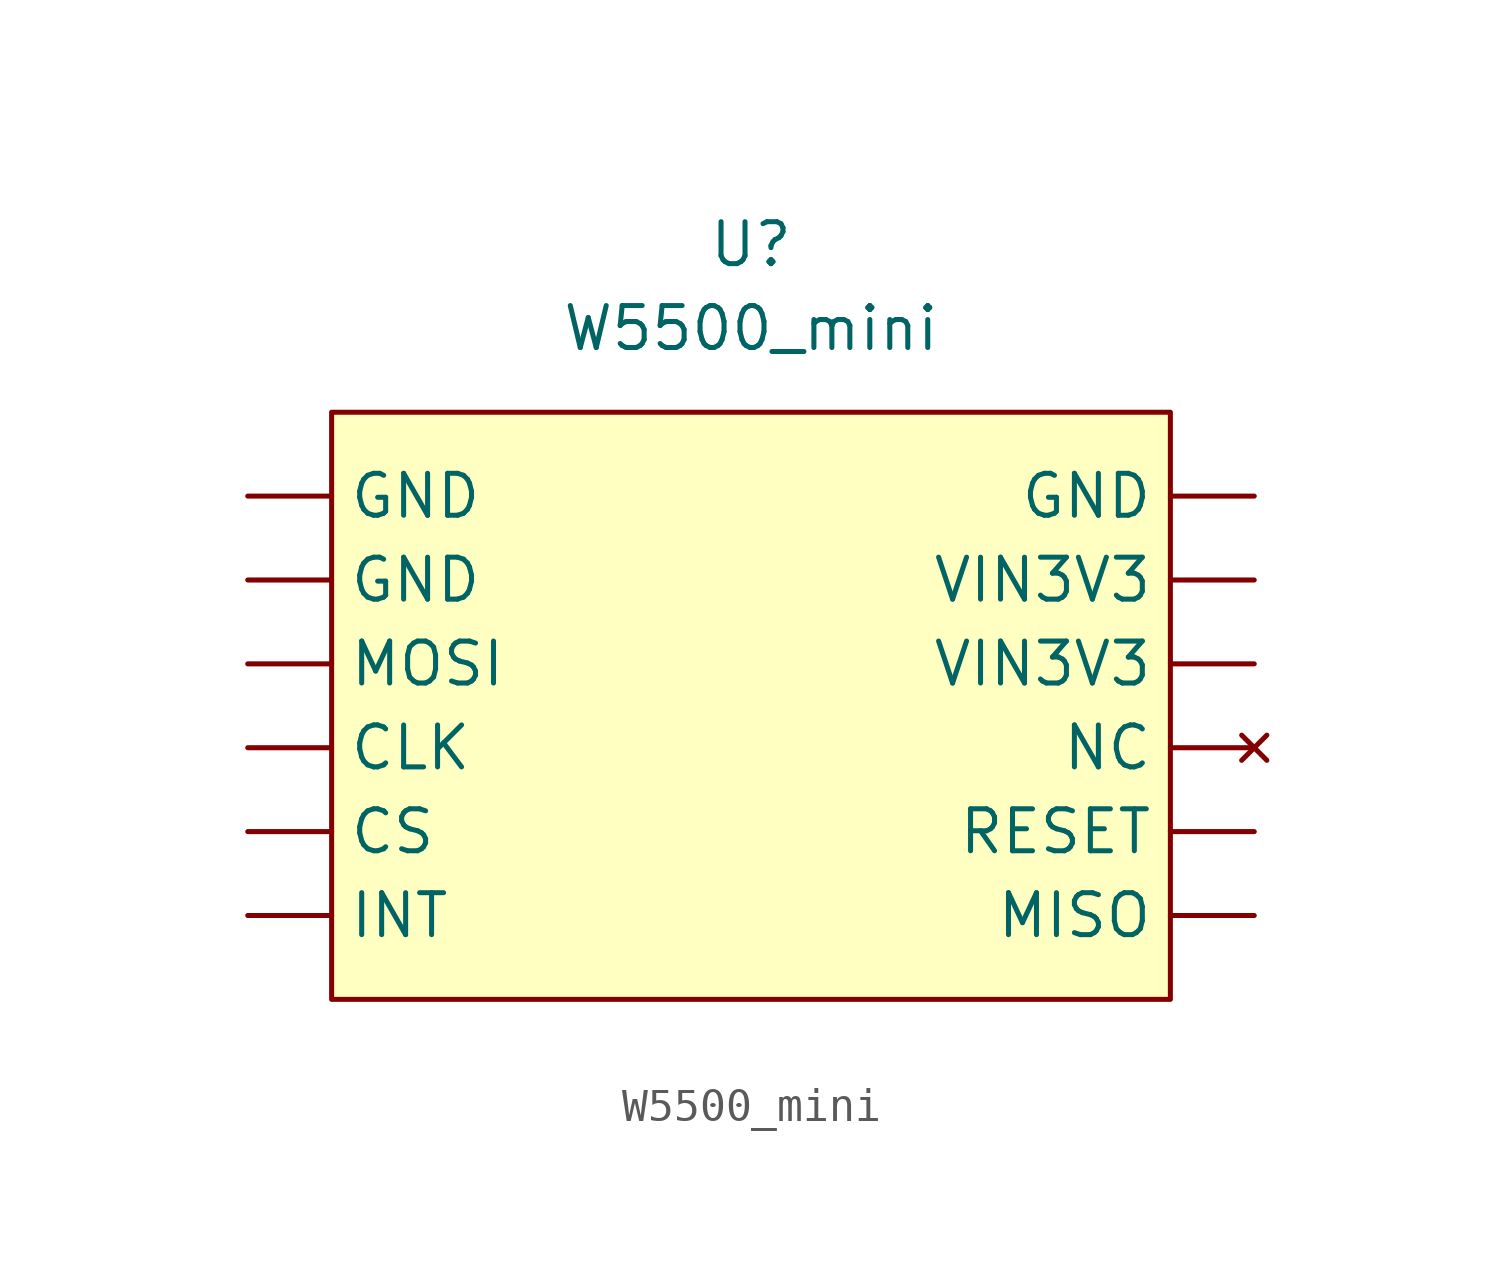
<source format=kicad_sym>
(kicad_symbol_lib
  (version 20211014)
  (generator kicad_symbol_editor)
  (symbol "W5500_mini"
    (power)
    (property "Reference" "U"
      (at 0 17.78 0)
      (effects (font (size 1.27 1.27))))
    (property "Value" "W5500_mini"
      (at 0 15.24 0)
      (effects (font (size 1.27 1.27))))
    (symbol "W5500_mini_0_1"
      (rectangle (start -12.7 12.7) (end 12.7 -5.08) (stroke (width 0) (type default) (color 0 0 0 0)) (fill (type background))))
    (symbol "W5500_mini_1_1"
      (pin bidirectional line (at -15.24 2.54 0) (length 2.54) (name "CLK" (effects (font (size 1.27 1.27)))) (number "" (effects (font (size 1.27 1.27)))))
      (pin bidirectional line (at -15.24 0 0) (length 2.54) (name "CS" (effects (font (size 1.27 1.27)))) (number "" (effects (font (size 1.27 1.27)))))
      (pin power_in line (at -15.24 7.62 0) (length 2.54) (name "GND" (effects (font (size 1.27 1.27)))) (number "" (effects (font (size 1.27 1.27)))))
      (pin power_in line (at -15.24 10.16 0) (length 2.54) (name "GND" (effects (font (size 1.27 1.27)))) (number "" (effects (font (size 1.27 1.27)))))
      (pin power_in line (at 15.24 10.16 180) (length 2.54) (name "GND" (effects (font (size 1.27 1.27)))) (number "" (effects (font (size 1.27 1.27)))))
      (pin bidirectional line (at -15.24 -2.54 0) (length 2.54) (name "INT" (effects (font (size 1.27 1.27)))) (number "" (effects (font (size 1.27 1.27)))))
      (pin bidirectional line (at 15.24 -2.54 180) (length 2.54) (name "MISO" (effects (font (size 1.27 1.27)))) (number "" (effects (font (size 1.27 1.27)))))
      (pin bidirectional line (at -15.24 5.08 0) (length 2.54) (name "MOSI" (effects (font (size 1.27 1.27)))) (number "" (effects (font (size 1.27 1.27)))))
      (pin no_connect line (at 15.24 2.54 180) (length 2.54) (name "NC" (effects (font (size 1.27 1.27)))) (number "" (effects (font (size 1.27 1.27)))))
      (pin bidirectional line (at 15.24 0 180) (length 2.54) (name "RESET" (effects (font (size 1.27 1.27)))) (number "" (effects (font (size 1.27 1.27)))))
      (pin power_in line (at 15.24 5.08 180) (length 2.54) (name "VIN3V3" (effects (font (size 1.27 1.27)))) (number "" (effects (font (size 1.27 1.27)))))
      (pin power_in line (at 15.24 7.62 180) (length 2.54) (name "VIN3V3" (effects (font (size 1.27 1.27)))) (number "" (effects (font (size 1.27 1.27))))))))
</source>
